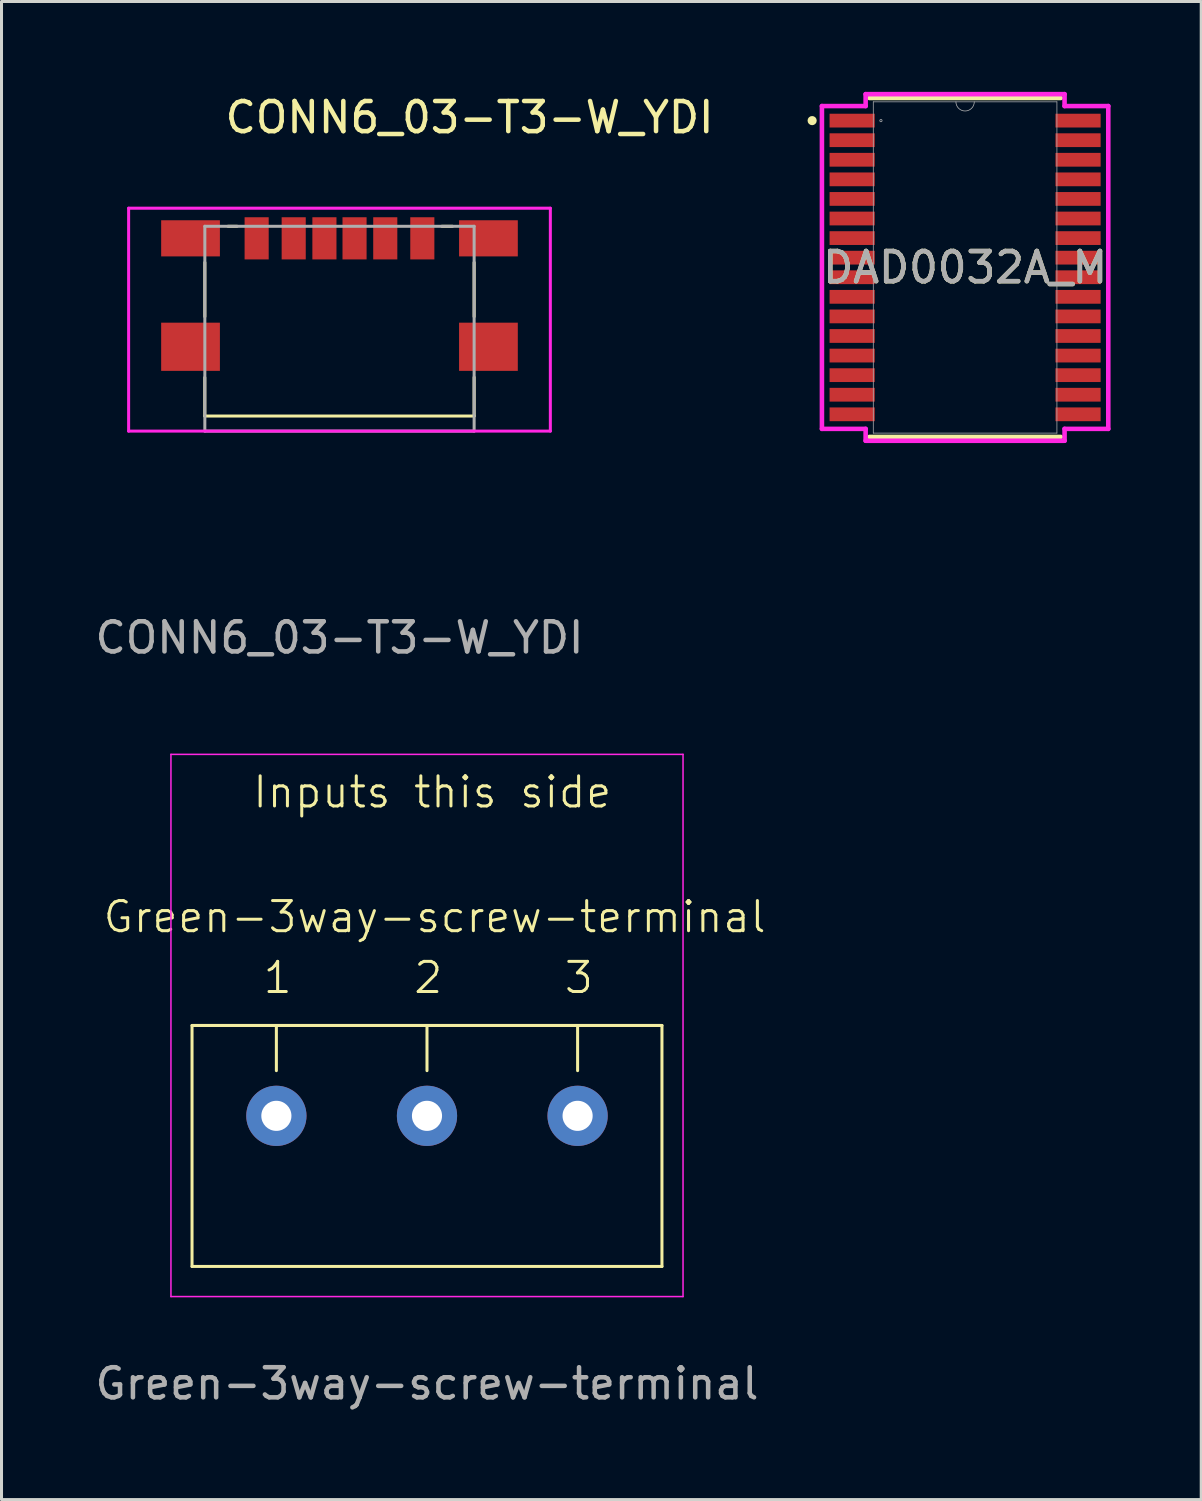
<source format=kicad_pcb>
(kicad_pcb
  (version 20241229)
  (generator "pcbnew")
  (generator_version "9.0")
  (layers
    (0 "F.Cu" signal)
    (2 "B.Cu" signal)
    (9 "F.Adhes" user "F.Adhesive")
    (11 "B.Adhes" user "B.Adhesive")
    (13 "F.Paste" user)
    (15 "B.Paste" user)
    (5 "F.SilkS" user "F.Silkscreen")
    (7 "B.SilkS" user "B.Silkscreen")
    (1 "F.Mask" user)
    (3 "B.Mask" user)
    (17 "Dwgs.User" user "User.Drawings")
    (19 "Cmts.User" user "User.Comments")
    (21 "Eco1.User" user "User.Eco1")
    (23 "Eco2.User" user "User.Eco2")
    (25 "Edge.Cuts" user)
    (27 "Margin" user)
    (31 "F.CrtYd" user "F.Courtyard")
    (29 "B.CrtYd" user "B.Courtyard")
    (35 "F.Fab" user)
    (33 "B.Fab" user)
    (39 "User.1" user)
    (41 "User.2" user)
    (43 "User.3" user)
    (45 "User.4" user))
  (footprint "Green-3way-screw-terminal"
    (layer "F.Cu")
    (at 11.125 33.993)
    (property "Reference" "Green-3way-screw-terminal" (at 0.254 -6.604 0) (unlocked yes) (layer "F.SilkS") (effects (font (size 1 1) (thickness 0.1))))
    (attr through_hole)
    (fp_line (start -7.8 -3) (end -7.8 5) (stroke (width 0.1) (type default)) (layer "F.SilkS"))
    (fp_line (start -7.8 -3) (end 7.8 -3) (stroke (width 0.1) (type default)) (layer "F.SilkS"))
    (fp_line (start -7.8 5) (end 7.8 5) (stroke (width 0.1) (type default)) (layer "F.SilkS"))
    (fp_line (start -5 -3) (end -5 -1.5) (stroke (width 0.1) (type default)) (layer "F.SilkS"))
    (fp_line (start 0 -3) (end 0 -1.5) (stroke (width 0.1) (type default)) (layer "F.SilkS"))
    (fp_line (start 5 -3) (end 5 -1.5) (stroke (width 0.1) (type default)) (layer "F.SilkS"))
    (fp_line (start 7.8 -3) (end 7.8 5) (stroke (width 0.1) (type default)) (layer "F.SilkS"))
    (fp_line (start -8.5 -12) (end -8.5 6) (stroke (width 0.05) (type default)) (layer "F.CrtYd"))
    (fp_line (start -8.5 -12) (end 8.5 -12) (stroke (width 0.05) (type default)) (layer "F.CrtYd"))
    (fp_line (start -8.5 6) (end 8.5 6) (stroke (width 0.05) (type default)) (layer "F.CrtYd"))
    (fp_line (start 8.5 -12) (end 8.5 6) (stroke (width 0.05) (type default)) (layer "F.CrtYd"))
    (fp_text user "1" (at -5.5 -4 0) (unlocked yes) (layer "F.SilkS") (effects (font (size 1 1) (thickness 0.1)) (justify left bottom)))
    (fp_text user "2" (at -0.5 -4 0) (unlocked yes) (layer "F.SilkS") (effects (font (size 1 1) (thickness 0.1)) (justify left bottom)))
    (fp_text user "Inputs this side" (at -5.842 -10.16 0) (unlocked yes) (layer "F.SilkS") (effects (font (size 1 1) (thickness 0.1)) (justify left bottom)))
    (fp_text user "3" (at 4.5 -4 0) (unlocked yes) (layer "F.SilkS") (effects (font (size 1 1) (thickness 0.1)) (justify left bottom)))
    (fp_text user "${REFERENCE}" (at 0 8.89 0) (unlocked yes) (layer "F.Fab") (effects (font (size 1 1) (thickness 0.15))))
    (pad "1" thru_hole circle (at -5 0) (size 2 2) (drill 1) (layers "*.Cu" "*.Mask"))
    (pad "2" thru_hole circle (at 0 0) (size 2 2) (drill 1) (layers "*.Cu" "*.Mask"))
    (pad "3" thru_hole circle (at 5 0) (size 2 2) (drill 1) (layers "*.Cu" "*.Mask")))
  (footprint "DAD0032A_M"
    (layer "F.Cu")
    (at 28.989 5.829)
    (property "Reference" "DAD0032A_M" (at 0 0 0) (unlocked yes) (layer "F.SilkS") (effects (font (size 1 1) (thickness 0.15))))
    (attr smd)
    (fp_line (start -3.175 5.626) (end 3.175 5.626) (stroke (width 0.152) (type solid)) (layer "F.SilkS"))
    (fp_line (start 3.175 -5.626) (end -3.175 -5.626) (stroke (width 0.152) (type solid)) (layer "F.SilkS"))
    (fp_circle (center -5.078 -4.875) (end -5.002 -4.875) (stroke (width 0.152) (type solid)) (fill no) (layer "F.SilkS"))
    (fp_line (start -4.753 -5.358) (end -3.302 -5.358) (stroke (width 0.152) (type solid)) (layer "F.CrtYd"))
    (fp_line (start -4.753 5.358) (end -4.753 -5.358) (stroke (width 0.152) (type solid)) (layer "F.CrtYd"))
    (fp_line (start -4.753 5.358) (end -3.302 5.358) (stroke (width 0.152) (type solid)) (layer "F.CrtYd"))
    (fp_line (start -3.302 -5.753) (end 3.302 -5.753) (stroke (width 0.152) (type solid)) (layer "F.CrtYd"))
    (fp_line (start -3.302 -5.358) (end -3.302 -5.753) (stroke (width 0.152) (type solid)) (layer "F.CrtYd"))
    (fp_line (start -3.302 5.753) (end -3.302 5.358) (stroke (width 0.152) (type solid)) (layer "F.CrtYd"))
    (fp_line (start 3.302 -5.753) (end 3.302 -5.358) (stroke (width 0.152) (type solid)) (layer "F.CrtYd"))
    (fp_line (start 3.302 5.358) (end 3.302 5.753) (stroke (width 0.152) (type solid)) (layer "F.CrtYd"))
    (fp_line (start 3.302 5.753) (end -3.302 5.753) (stroke (width 0.152) (type solid)) (layer "F.CrtYd"))
    (fp_line (start 4.753 -5.358) (end 3.302 -5.358) (stroke (width 0.152) (type solid)) (layer "F.CrtYd"))
    (fp_line (start 4.753 -5.358) (end 4.753 5.358) (stroke (width 0.152) (type solid)) (layer "F.CrtYd"))
    (fp_line (start 4.753 5.358) (end 3.302 5.358) (stroke (width 0.152) (type solid)) (layer "F.CrtYd"))
    (fp_line (start -3.048 -5.499) (end -3.048 5.499) (stroke (width 0.025) (type solid)) (layer "F.Fab"))
    (fp_line (start -3.048 5.499) (end 3.048 5.499) (stroke (width 0.025) (type solid)) (layer "F.Fab"))
    (fp_line (start 3.048 -5.499) (end -3.048 -5.499) (stroke (width 0.025) (type solid)) (layer "F.Fab"))
    (fp_line (start 3.048 5.499) (end 3.048 -5.499) (stroke (width 0.025) (type solid)) (layer "F.Fab"))
    (fp_arc (start 0.3048 -5.4991) (mid 0 -5.1943) (end -0.3048 -5.4991) (stroke (width 0.0254) (type solid)) (layer "F.Fab"))
    (fp_circle (center -2.794 -4.875) (end -2.756 -4.875) (stroke (width 0.025) (type solid)) (fill no) (layer "F.Fab"))
    (fp_text user "${REFERENCE}" (at 0 0 0) (unlocked yes) (layer "F.Fab") (effects (font (size 1 1) (thickness 0.15))))
    (pad "1" smd rect (at -3.75 -4.875) (size 1.499 0.457) (layers "F.Cu" "F.Mask" "F.Paste"))
    (pad "2" smd rect (at -3.75 -4.225) (size 1.499 0.457) (layers "F.Cu" "F.Mask" "F.Paste"))
    (pad "3" smd rect (at -3.75 -3.575) (size 1.499 0.457) (layers "F.Cu" "F.Mask" "F.Paste"))
    (pad "4" smd rect (at -3.75 -2.925) (size 1.499 0.457) (layers "F.Cu" "F.Mask" "F.Paste"))
    (pad "5" smd rect (at -3.75 -2.275) (size 1.499 0.457) (layers "F.Cu" "F.Mask" "F.Paste"))
    (pad "6" smd rect (at -3.75 -1.625) (size 1.499 0.457) (layers "F.Cu" "F.Mask" "F.Paste"))
    (pad "7" smd rect (at -3.75 -0.975) (size 1.499 0.457) (layers "F.Cu" "F.Mask" "F.Paste"))
    (pad "8" smd rect (at -3.75 -0.325) (size 1.499 0.457) (layers "F.Cu" "F.Mask" "F.Paste"))
    (pad "9" smd rect (at -3.75 0.325) (size 1.499 0.457) (layers "F.Cu" "F.Mask" "F.Paste"))
    (pad "10" smd rect (at -3.75 0.975) (size 1.499 0.457) (layers "F.Cu" "F.Mask" "F.Paste"))
    (pad "11" smd rect (at -3.75 1.625) (size 1.499 0.457) (layers "F.Cu" "F.Mask" "F.Paste"))
    (pad "12" smd rect (at -3.75 2.275) (size 1.499 0.457) (layers "F.Cu" "F.Mask" "F.Paste"))
    (pad "13" smd rect (at -3.75 2.925) (size 1.499 0.457) (layers "F.Cu" "F.Mask" "F.Paste"))
    (pad "14" smd rect (at -3.75 3.575) (size 1.499 0.457) (layers "F.Cu" "F.Mask" "F.Paste"))
    (pad "15" smd rect (at -3.75 4.225) (size 1.499 0.457) (layers "F.Cu" "F.Mask" "F.Paste"))
    (pad "16" smd rect (at -3.75 4.875) (size 1.499 0.457) (layers "F.Cu" "F.Mask" "F.Paste"))
    (pad "17" smd rect (at 3.75 4.875) (size 1.499 0.457) (layers "F.Cu" "F.Mask" "F.Paste"))
    (pad "18" smd rect (at 3.75 4.225) (size 1.499 0.457) (layers "F.Cu" "F.Mask" "F.Paste"))
    (pad "19" smd rect (at 3.75 3.575) (size 1.499 0.457) (layers "F.Cu" "F.Mask" "F.Paste"))
    (pad "20" smd rect (at 3.75 2.925) (size 1.499 0.457) (layers "F.Cu" "F.Mask" "F.Paste"))
    (pad "21" smd rect (at 3.75 2.275) (size 1.499 0.457) (layers "F.Cu" "F.Mask" "F.Paste"))
    (pad "22" smd rect (at 3.75 1.625) (size 1.499 0.457) (layers "F.Cu" "F.Mask" "F.Paste"))
    (pad "23" smd rect (at 3.75 0.975) (size 1.499 0.457) (layers "F.Cu" "F.Mask" "F.Paste"))
    (pad "24" smd rect (at 3.75 0.325) (size 1.499 0.457) (layers "F.Cu" "F.Mask" "F.Paste"))
    (pad "25" smd rect (at 3.75 -0.325) (size 1.499 0.457) (layers "F.Cu" "F.Mask" "F.Paste"))
    (pad "26" smd rect (at 3.75 -0.975) (size 1.499 0.457) (layers "F.Cu" "F.Mask" "F.Paste"))
    (pad "27" smd rect (at 3.75 -1.625) (size 1.499 0.457) (layers "F.Cu" "F.Mask" "F.Paste"))
    (pad "28" smd rect (at 3.75 -2.275) (size 1.499 0.457) (layers "F.Cu" "F.Mask" "F.Paste"))
    (pad "29" smd rect (at 3.75 -2.925) (size 1.499 0.457) (layers "F.Cu" "F.Mask" "F.Paste"))
    (pad "30" smd rect (at 3.75 -3.575) (size 1.499 0.457) (layers "F.Cu" "F.Mask" "F.Paste"))
    (pad "31" smd rect (at 3.75 -4.225) (size 1.499 0.457) (layers "F.Cu" "F.Mask" "F.Paste"))
    (pad "32" smd rect (at 3.75 -4.875) (size 1.499 0.457) (layers "F.Cu" "F.Mask" "F.Paste")))
  (footprint "CONN6_03-T3-W_YDI"
    (layer "F.Cu")
    (at 8.22 11.262)
    (property "Reference" "CONN6_03-T3-W_YDI" (at 4.318 -10.414 0) (unlocked yes) (layer "F.SilkS") (effects (font (size 1 1) (thickness 0.15))))
    (attr smd)
    (fp_line (start -4.472 -0.5) (end -4.472 -1.78) (stroke (width 0.1) (type default)) (layer "F.SilkS"))
    (fp_line (start -4.47 -5.6) (end -4.47 -3.8) (stroke (width 0.1) (type default)) (layer "F.SilkS"))
    (fp_line (start -4.47 -0.5) (end 4.47 -0.5) (stroke (width 0.1) (type default)) (layer "F.SilkS"))
    (fp_line (start -3.7 -6.8) (end -3.4 -6.8) (stroke (width 0.1) (type default)) (layer "F.SilkS"))
    (fp_line (start 3.4 -6.8) (end 3.75 -6.8) (stroke (width 0.1) (type default)) (layer "F.SilkS"))
    (fp_line (start 4.47 -3.8) (end 4.47 -5.6) (stroke (width 0.1) (type default)) (layer "F.SilkS"))
    (fp_line (start 4.47 -0.5) (end 4.47 -1.788) (stroke (width 0.1) (type default)) (layer "F.SilkS"))
    (fp_line (start -7 -7.4) (end -7 0) (stroke (width 0.1) (type default)) (layer "F.CrtYd"))
    (fp_line (start -7 -7.4) (end 7 -7.4) (stroke (width 0.1) (type default)) (layer "F.CrtYd"))
    (fp_line (start -7 0) (end 7 0) (stroke (width 0.1) (type default)) (layer "F.CrtYd"))
    (fp_line (start 7 0) (end 7 -7.4) (stroke (width 0.1) (type default)) (layer "F.CrtYd"))
    (fp_line (start -4.47 -6.8) (end -4.47 0) (stroke (width 0.1) (type default)) (layer "F.Fab"))
    (fp_line (start -4.47 -6.8) (end 4.47 -6.8) (stroke (width 0.1) (type default)) (layer "F.Fab"))
    (fp_line (start -4.47 0) (end 4.47 0) (stroke (width 0.1) (type default)) (layer "F.Fab"))
    (fp_line (start 4.47 0) (end 4.47 -6.8) (stroke (width 0.1) (type default)) (layer "F.Fab"))
    (fp_text user "${REFERENCE}" (at 0 6.858 0) (unlocked yes) (layer "F.Fab") (effects (font (size 1 1) (thickness 0.15))))
    (pad "7" smd rect (at -4.945 -6.4) (size 1.95 1.2) (layers "F.Cu" "F.Mask" "F.Paste"))
    (pad "7" smd rect (at -4.945 -2.8) (size 1.95 1.6) (layers "F.Cu" "F.Mask" "F.Paste"))
    (pad "7" smd rect (at 4.945 -6.4) (size 1.95 1.2) (layers "F.Cu" "F.Mask" "F.Paste"))
    (pad "7" smd rect (at 4.945 -2.8) (size 1.95 1.6) (layers "F.Cu" "F.Mask" "F.Paste"))
    (pad "A5" smd rect (at -0.5 -6.4) (size 0.8 1.4) (layers "F.Cu" "F.Mask" "F.Paste"))
    (pad "A9" smd rect (at 1.52 -6.4) (size 0.8 1.4) (layers "F.Cu" "F.Mask" "F.Paste"))
    (pad "A12" smd rect (at 2.75 -6.4) (size 0.8 1.4) (layers "F.Cu" "F.Mask" "F.Paste"))
    (pad "B5" smd rect (at 0.5 -6.4) (size 0.8 1.4) (layers "F.Cu" "F.Mask" "F.Paste"))
    (pad "B9" smd rect (at -1.52 -6.4) (size 0.8 1.4) (layers "F.Cu" "F.Mask" "F.Paste"))
    (pad "B12" smd rect (at -2.75 -6.4) (size 0.8 1.4) (layers "F.Cu" "F.Mask" "F.Paste")))
  (gr_rect
    (start -3 -3)
    (end 36.828 46.732)
    (stroke (width 0.1) (type default))
    (fill no)
    (layer "Edge.Cuts")))
</source>
